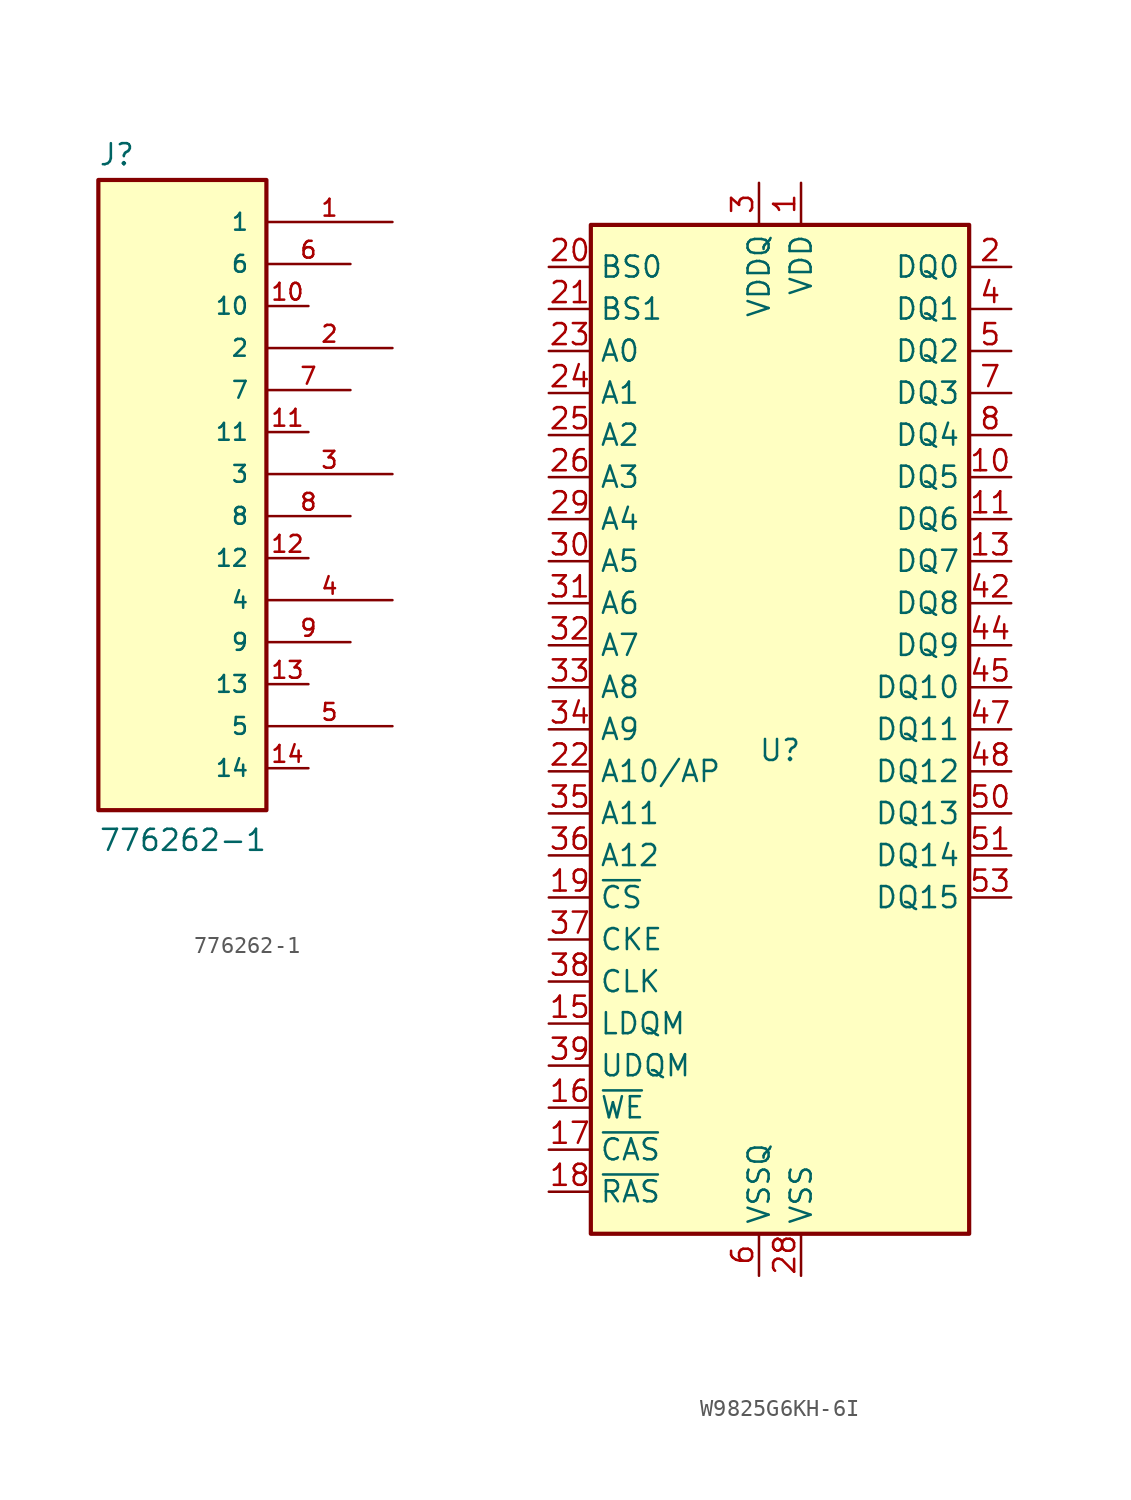
<source format=kicad_sym>
(kicad_symbol_lib
  (version 20220914)
  (generator kicad_symbol_editor)
  (symbol "776262-1"
    (pin_names
      (offset 1.016))
    (property "Reference" "J"
      (at -5.089 18.573 0)
      (effects (font (size 1.27 1.27)) (justify left bottom)))
    (property "Value" "776262-1"
      (at -5.084 -22.877 0)
      (effects (font (size 1.27 1.27)) (justify left bottom)))
    (symbol "776262-1_0_0"
      (rectangle (start -5.08 -20.32) (end 5.08 17.78) (stroke (width 0.254) (type default)) (fill (type background)))
      (pin passive line (at 12.7 15.24 180) (length 7.62) (name "1" (effects (font (size 1.016 1.016)))) (number "1" (effects (font (size 1.016 1.016)))))
      (pin passive line (at 7.62 10.16 180) (length 2.54) (name "10" (effects (font (size 1.016 1.016)))) (number "10" (effects (font (size 1.016 1.016)))))
      (pin passive line (at 7.62 2.54 180) (length 2.54) (name "11" (effects (font (size 1.016 1.016)))) (number "11" (effects (font (size 1.016 1.016)))))
      (pin passive line (at 7.62 -5.08 180) (length 2.54) (name "12" (effects (font (size 1.016 1.016)))) (number "12" (effects (font (size 1.016 1.016)))))
      (pin passive line (at 7.62 -12.7 180) (length 2.54) (name "13" (effects (font (size 1.016 1.016)))) (number "13" (effects (font (size 1.016 1.016)))))
      (pin passive line (at 7.62 -17.78 180) (length 2.54) (name "14" (effects (font (size 1.016 1.016)))) (number "14" (effects (font (size 1.016 1.016)))))
      (pin passive line (at 12.7 7.62 180) (length 7.62) (name "2" (effects (font (size 1.016 1.016)))) (number "2" (effects (font (size 1.016 1.016)))))
      (pin passive line (at 12.7 0 180) (length 7.62) (name "3" (effects (font (size 1.016 1.016)))) (number "3" (effects (font (size 1.016 1.016)))))
      (pin passive line (at 12.7 -7.62 180) (length 7.62) (name "4" (effects (font (size 1.016 1.016)))) (number "4" (effects (font (size 1.016 1.016)))))
      (pin passive line (at 12.7 -15.24 180) (length 7.62) (name "5" (effects (font (size 1.016 1.016)))) (number "5" (effects (font (size 1.016 1.016)))))
      (pin passive line (at 10.16 12.7 180) (length 5.08) (name "6" (effects (font (size 1.016 1.016)))) (number "6" (effects (font (size 1.016 1.016)))))
      (pin passive line (at 10.16 5.08 180) (length 5.08) (name "7" (effects (font (size 1.016 1.016)))) (number "7" (effects (font (size 1.016 1.016)))))
      (pin passive line (at 10.16 -2.54 180) (length 5.08) (name "8" (effects (font (size 1.016 1.016)))) (number "8" (effects (font (size 1.016 1.016)))))
      (pin passive line (at 10.16 -10.16 180) (length 5.08) (name "9" (effects (font (size 1.016 1.016)))) (number "9" (effects (font (size 1.016 1.016)))))))
  (symbol "W9825G6KH-6I"
    (property "Reference" "U"
      (at 0 0 0)
      (effects (font (size 1.27 1.27))))
    (property "Value" ""
      (at 0 0 0)
      (effects (font (size 1.27 1.27))))
    (symbol "W9825G6KH-6I_1_1"
      (rectangle (start -11.43 31.75) (end 11.43 -29.21) (stroke (width 0.254) (type default)) (fill (type background)))
      (pin power_in line (at 1.27 34.29 270) (length 2.54) (name "VDD" (effects (font (size 1.27 1.27)))) (number "1" (effects (font (size 1.27 1.27)))))
      (pin bidirectional line (at 13.97 16.51 180) (length 2.54) (name "DQ5" (effects (font (size 1.27 1.27)))) (number "10" (effects (font (size 1.27 1.27)))))
      (pin bidirectional line (at 13.97 13.97 180) (length 2.54) (name "DQ6" (effects (font (size 1.27 1.27)))) (number "11" (effects (font (size 1.27 1.27)))))
      (pin passive line (at -1.27 -31.75 90) (length 2.54) hide (name "VSSQ" (effects (font (size 1.27 1.27)))) (number "12" (effects (font (size 1.27 1.27)))))
      (pin bidirectional line (at 13.97 11.43 180) (length 2.54) (name "DQ7" (effects (font (size 1.27 1.27)))) (number "13" (effects (font (size 1.27 1.27)))))
      (pin passive line (at 1.27 34.29 270) (length 2.54) hide (name "VDD" (effects (font (size 1.27 1.27)))) (number "14" (effects (font (size 1.27 1.27)))))
      (pin input line (at -13.97 -16.51 0) (length 2.54) (name "LDQM" (effects (font (size 1.27 1.27)))) (number "15" (effects (font (size 1.27 1.27)))))
      (pin input line (at -13.97 -21.59 0) (length 2.54) (name "~{WE}" (effects (font (size 1.27 1.27)))) (number "16" (effects (font (size 1.27 1.27)))))
      (pin input line (at -13.97 -24.13 0) (length 2.54) (name "~{CAS}" (effects (font (size 1.27 1.27)))) (number "17" (effects (font (size 1.27 1.27)))))
      (pin input line (at -13.97 -26.67 0) (length 2.54) (name "~{RAS}" (effects (font (size 1.27 1.27)))) (number "18" (effects (font (size 1.27 1.27)))))
      (pin input line (at -13.97 -8.89 0) (length 2.54) (name "~{CS}" (effects (font (size 1.27 1.27)))) (number "19" (effects (font (size 1.27 1.27)))))
      (pin bidirectional line (at 13.97 29.21 180) (length 2.54) (name "DQ0" (effects (font (size 1.27 1.27)))) (number "2" (effects (font (size 1.27 1.27)))))
      (pin input line (at -13.97 29.21 0) (length 2.54) (name "BS0" (effects (font (size 1.27 1.27)))) (number "20" (effects (font (size 1.27 1.27)))))
      (pin input line (at -13.97 26.67 0) (length 2.54) (name "BS1" (effects (font (size 1.27 1.27)))) (number "21" (effects (font (size 1.27 1.27)))))
      (pin input line (at -13.97 -1.27 0) (length 2.54) (name "A10/AP" (effects (font (size 1.27 1.27)))) (number "22" (effects (font (size 1.27 1.27)))))
      (pin input line (at -13.97 24.13 0) (length 2.54) (name "A0" (effects (font (size 1.27 1.27)))) (number "23" (effects (font (size 1.27 1.27)))))
      (pin input line (at -13.97 21.59 0) (length 2.54) (name "A1" (effects (font (size 1.27 1.27)))) (number "24" (effects (font (size 1.27 1.27)))))
      (pin input line (at -13.97 19.05 0) (length 2.54) (name "A2" (effects (font (size 1.27 1.27)))) (number "25" (effects (font (size 1.27 1.27)))))
      (pin input line (at -13.97 16.51 0) (length 2.54) (name "A3" (effects (font (size 1.27 1.27)))) (number "26" (effects (font (size 1.27 1.27)))))
      (pin passive line (at 1.27 34.29 270) (length 2.54) hide (name "VDD" (effects (font (size 1.27 1.27)))) (number "27" (effects (font (size 1.27 1.27)))))
      (pin power_in line (at 1.27 -31.75 90) (length 2.54) (name "VSS" (effects (font (size 1.27 1.27)))) (number "28" (effects (font (size 1.27 1.27)))))
      (pin input line (at -13.97 13.97 0) (length 2.54) (name "A4" (effects (font (size 1.27 1.27)))) (number "29" (effects (font (size 1.27 1.27)))))
      (pin power_in line (at -1.27 34.29 270) (length 2.54) (name "VDDQ" (effects (font (size 1.27 1.27)))) (number "3" (effects (font (size 1.27 1.27)))))
      (pin input line (at -13.97 11.43 0) (length 2.54) (name "A5" (effects (font (size 1.27 1.27)))) (number "30" (effects (font (size 1.27 1.27)))))
      (pin input line (at -13.97 8.89 0) (length 2.54) (name "A6" (effects (font (size 1.27 1.27)))) (number "31" (effects (font (size 1.27 1.27)))))
      (pin input line (at -13.97 6.35 0) (length 2.54) (name "A7" (effects (font (size 1.27 1.27)))) (number "32" (effects (font (size 1.27 1.27)))))
      (pin input line (at -13.97 3.81 0) (length 2.54) (name "A8" (effects (font (size 1.27 1.27)))) (number "33" (effects (font (size 1.27 1.27)))))
      (pin input line (at -13.97 1.27 0) (length 2.54) (name "A9" (effects (font (size 1.27 1.27)))) (number "34" (effects (font (size 1.27 1.27)))))
      (pin input line (at -13.97 -3.81 0) (length 2.54) (name "A11" (effects (font (size 1.27 1.27)))) (number "35" (effects (font (size 1.27 1.27)))))
      (pin input line (at -13.97 -6.35 0) (length 2.54) (name "A12" (effects (font (size 1.27 1.27)))) (number "36" (effects (font (size 1.27 1.27)))))
      (pin no_connect line (at 11.43 -13.97 180) (length 2.54) hide (name "NC" (effects (font (size 1.27 1.27)))) (number "36" (effects (font (size 1.27 1.27)))))
      (pin input line (at -13.97 -11.43 0) (length 2.54) (name "CKE" (effects (font (size 1.27 1.27)))) (number "37" (effects (font (size 1.27 1.27)))))
      (pin input line (at -13.97 -13.97 0) (length 2.54) (name "CLK" (effects (font (size 1.27 1.27)))) (number "38" (effects (font (size 1.27 1.27)))))
      (pin input line (at -13.97 -19.05 0) (length 2.54) (name "UDQM" (effects (font (size 1.27 1.27)))) (number "39" (effects (font (size 1.27 1.27)))))
      (pin bidirectional line (at 13.97 26.67 180) (length 2.54) (name "DQ1" (effects (font (size 1.27 1.27)))) (number "4" (effects (font (size 1.27 1.27)))))
      (pin no_connect line (at 11.43 -16.51 180) (length 2.54) hide (name "NC" (effects (font (size 1.27 1.27)))) (number "40" (effects (font (size 1.27 1.27)))))
      (pin passive line (at 1.27 -31.75 90) (length 2.54) hide (name "VSS" (effects (font (size 1.27 1.27)))) (number "41" (effects (font (size 1.27 1.27)))))
      (pin bidirectional line (at 13.97 8.89 180) (length 2.54) (name "DQ8" (effects (font (size 1.27 1.27)))) (number "42" (effects (font (size 1.27 1.27)))))
      (pin passive line (at -1.27 34.29 270) (length 2.54) hide (name "VDDQ" (effects (font (size 1.27 1.27)))) (number "43" (effects (font (size 1.27 1.27)))))
      (pin bidirectional line (at 13.97 6.35 180) (length 2.54) (name "DQ9" (effects (font (size 1.27 1.27)))) (number "44" (effects (font (size 1.27 1.27)))))
      (pin bidirectional line (at 13.97 3.81 180) (length 2.54) (name "DQ10" (effects (font (size 1.27 1.27)))) (number "45" (effects (font (size 1.27 1.27)))))
      (pin passive line (at -1.27 -31.75 90) (length 2.54) hide (name "VSSQ" (effects (font (size 1.27 1.27)))) (number "46" (effects (font (size 1.27 1.27)))))
      (pin bidirectional line (at 13.97 1.27 180) (length 2.54) (name "DQ11" (effects (font (size 1.27 1.27)))) (number "47" (effects (font (size 1.27 1.27)))))
      (pin bidirectional line (at 13.97 -1.27 180) (length 2.54) (name "DQ12" (effects (font (size 1.27 1.27)))) (number "48" (effects (font (size 1.27 1.27)))))
      (pin passive line (at -1.27 34.29 270) (length 2.54) hide (name "VDDQ" (effects (font (size 1.27 1.27)))) (number "49" (effects (font (size 1.27 1.27)))))
      (pin bidirectional line (at 13.97 24.13 180) (length 2.54) (name "DQ2" (effects (font (size 1.27 1.27)))) (number "5" (effects (font (size 1.27 1.27)))))
      (pin bidirectional line (at 13.97 -3.81 180) (length 2.54) (name "DQ13" (effects (font (size 1.27 1.27)))) (number "50" (effects (font (size 1.27 1.27)))))
      (pin bidirectional line (at 13.97 -6.35 180) (length 2.54) (name "DQ14" (effects (font (size 1.27 1.27)))) (number "51" (effects (font (size 1.27 1.27)))))
      (pin passive line (at -1.27 -31.75 90) (length 2.54) hide (name "VSSQ" (effects (font (size 1.27 1.27)))) (number "52" (effects (font (size 1.27 1.27)))))
      (pin bidirectional line (at 13.97 -8.89 180) (length 2.54) (name "DQ15" (effects (font (size 1.27 1.27)))) (number "53" (effects (font (size 1.27 1.27)))))
      (pin passive line (at 1.27 -31.75 90) (length 2.54) hide (name "VSS" (effects (font (size 1.27 1.27)))) (number "54" (effects (font (size 1.27 1.27)))))
      (pin power_in line (at -1.27 -31.75 90) (length 2.54) (name "VSSQ" (effects (font (size 1.27 1.27)))) (number "6" (effects (font (size 1.27 1.27)))))
      (pin bidirectional line (at 13.97 21.59 180) (length 2.54) (name "DQ3" (effects (font (size 1.27 1.27)))) (number "7" (effects (font (size 1.27 1.27)))))
      (pin bidirectional line (at 13.97 19.05 180) (length 2.54) (name "DQ4" (effects (font (size 1.27 1.27)))) (number "8" (effects (font (size 1.27 1.27)))))
      (pin passive line (at -1.27 34.29 270) (length 2.54) hide (name "VDDQ" (effects (font (size 1.27 1.27)))) (number "9" (effects (font (size 1.27 1.27))))))))
</source>
